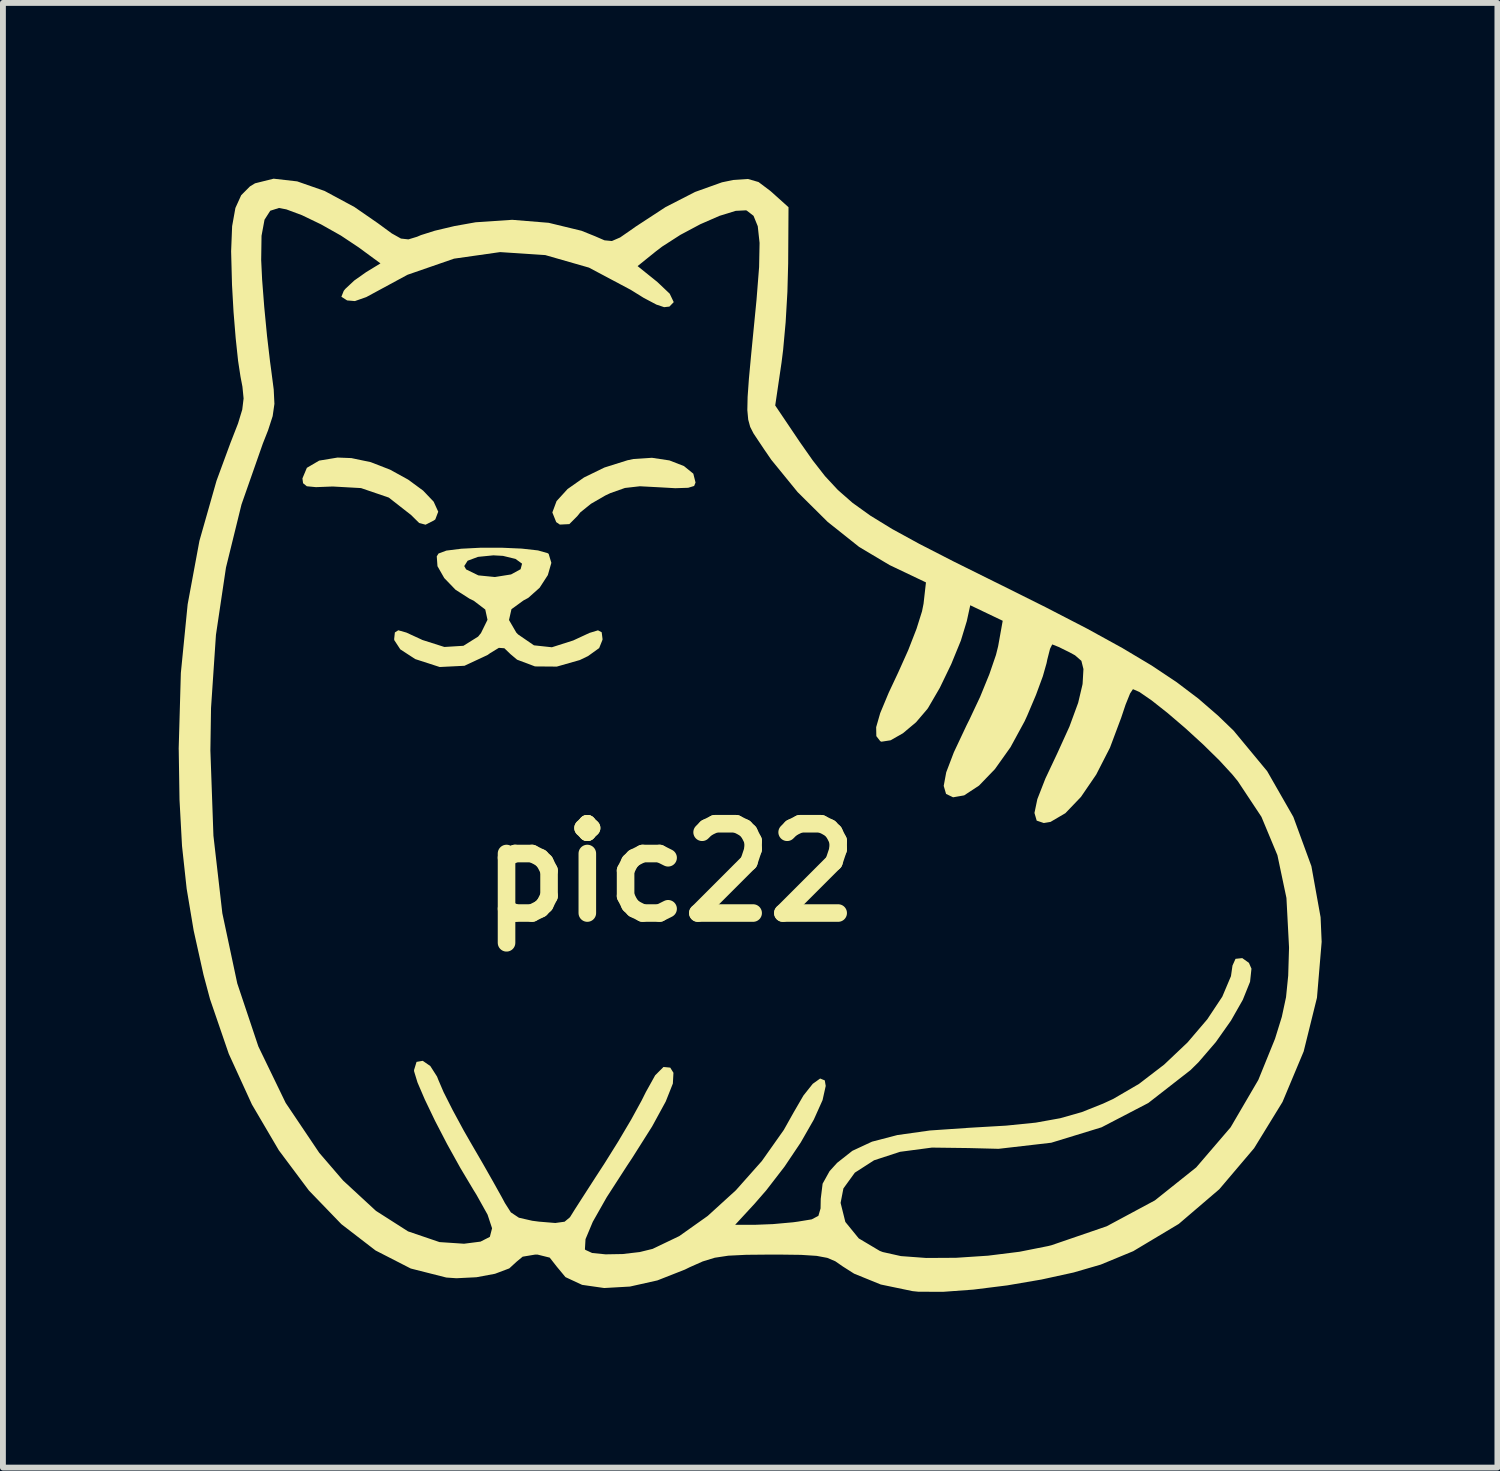
<source format=kicad_pcb>
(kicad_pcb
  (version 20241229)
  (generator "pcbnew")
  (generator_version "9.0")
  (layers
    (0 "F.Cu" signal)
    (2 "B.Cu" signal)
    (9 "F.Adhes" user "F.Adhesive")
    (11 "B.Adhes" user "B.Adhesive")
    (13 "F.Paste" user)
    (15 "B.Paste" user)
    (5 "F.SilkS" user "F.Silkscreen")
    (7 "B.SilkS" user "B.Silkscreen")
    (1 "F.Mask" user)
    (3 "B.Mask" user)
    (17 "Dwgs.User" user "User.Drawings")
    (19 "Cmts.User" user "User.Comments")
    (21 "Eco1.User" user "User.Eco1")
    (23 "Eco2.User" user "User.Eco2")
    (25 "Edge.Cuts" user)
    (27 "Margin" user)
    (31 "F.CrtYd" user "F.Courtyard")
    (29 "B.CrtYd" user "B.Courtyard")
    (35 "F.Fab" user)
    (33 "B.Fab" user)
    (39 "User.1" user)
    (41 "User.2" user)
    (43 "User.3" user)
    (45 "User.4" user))
  (footprint "pic22"
    (layer "F.Cu")
    (at 8.758 9.305)
    (property "Reference" "pic22" (at -0.368 2.54 0) (layer "F.SilkS") (effects (font (size 1.524 1.524) (thickness 0.3))))
    (attr board_only exclude_from_pos_files exclude_from_bom)
    (fp_poly (pts (xy -5.811 -4.536) (xy -5.481 -4.467) (xy -5.149 -4.338) (xy -4.842 -4.169) (xy -4.586 -3.981) (xy -4.406 -3.792) (xy -4.328 -3.621) (xy -4.378 -3.489) (xy -4.403 -3.471) (xy -4.544 -3.399) (xy -4.653 -3.428) (xy -4.792 -3.565) (xy -5.172 -3.862) (xy -5.646 -4.024) (xy -6.129 -4.051) (xy -6.415 -4.04) (xy -6.571 -4.055) (xy -6.635 -4.107) (xy -6.646 -4.189) (xy -6.57 -4.37) (xy -6.36 -4.493) (xy -6.046 -4.545)) (stroke (width 0) (type solid)) (fill yes) (layer "F.SilkS"))
    (fp_poly (pts (xy -0.381 -4.496) (xy -0.134 -4.4) (xy 0.026 -4.27) (xy 0.064 -4.119) (xy 0.04 -4.06) (xy -0.062 -4.029) (xy -0.282 -4.022) (xy -0.545 -4.037) (xy -0.886 -4.055) (xy -1.141 -4.026) (xy -1.39 -3.938) (xy -1.475 -3.898) (xy -1.719 -3.757) (xy -1.901 -3.611) (xy -1.952 -3.548) (xy -2.09 -3.409) (xy -2.252 -3.401) (xy -2.314 -3.443) (xy -2.38 -3.608) (xy -2.308 -3.802) (xy -2.12 -4.008) (xy -1.84 -4.205) (xy -1.491 -4.375) (xy -1.097 -4.499) (xy -0.996 -4.52) (xy -0.68 -4.541)) (stroke (width 0) (type solid)) (fill yes) (layer "F.SilkS"))
    (fp_poly (pts (xy -2.902 -2.991) (xy -2.625 -2.96) (xy -2.46 -2.913) (xy -2.443 -2.901) (xy -2.397 -2.748) (xy -2.457 -2.539) (xy -2.597 -2.323) (xy -2.791 -2.15) (xy -2.873 -2.106) (xy -3.078 -1.957) (xy -3.12 -1.772) (xy -2.995 -1.557) (xy -2.965 -1.526) (xy -2.694 -1.34) (xy -2.388 -1.307) (xy -2.024 -1.423) (xy -2.007 -1.431) (xy -1.746 -1.552) (xy -1.601 -1.596) (xy -1.538 -1.563) (xy -1.524 -1.453) (xy -1.524 -1.435) (xy -1.581 -1.293) (xy -1.77 -1.157) (xy -1.911 -1.089) (xy -2.304 -0.977) (xy -2.676 -0.98) (xy -2.982 -1.095) (xy -3.094 -1.189) (xy -3.199 -1.29) (xy -3.293 -1.297) (xy -3.441 -1.207) (xy -3.486 -1.175) (xy -3.88 -0.991) (xy -4.303 -0.97) (xy -4.72 -1.105) (xy -4.975 -1.271) (xy -5.078 -1.428) (xy -5.08 -1.448) (xy -5.068 -1.56) (xy -5.01 -1.597) (xy -4.872 -1.558) (xy -4.62 -1.442) (xy -4.6 -1.432) (xy -4.223 -1.312) (xy -3.898 -1.332) (xy -3.647 -1.489) (xy -3.598 -1.55) (xy -3.487 -1.776) (xy -3.525 -1.951) (xy -3.722 -2.101) (xy -3.792 -2.135) (xy -4.033 -2.289) (xy -4.225 -2.488) (xy -4.341 -2.691) (xy -4.341 -2.693) (xy -3.884 -2.693) (xy -3.852 -2.636) (xy -3.643 -2.534) (xy -3.361 -2.506) (xy -3.085 -2.55) (xy -2.922 -2.639) (xy -2.897 -2.734) (xy -3.009 -2.815) (xy -3.223 -2.867) (xy -3.387 -2.876) (xy -3.649 -2.85) (xy -3.826 -2.784) (xy -3.884 -2.693) (xy -4.341 -2.693) (xy -4.353 -2.859) (xy -4.323 -2.907) (xy -4.189 -2.957) (xy -3.933 -2.989) (xy -3.602 -3.006) (xy -3.243 -3.006)) (stroke (width 0) (type solid)) (fill yes) (layer "F.SilkS"))
    (fp_poly (pts (xy -6.735 -9.259) (xy -6.268 -9.096) (xy -5.759 -8.822) (xy -5.361 -8.547) (xy -5.121 -8.371) (xy -4.964 -8.283) (xy -4.837 -8.269) (xy -4.689 -8.314) (xy -4.623 -8.342) (xy -4.386 -8.417) (xy -4.053 -8.496) (xy -3.695 -8.56) (xy -3.69 -8.561) (xy -3.066 -8.603) (xy -2.443 -8.552) (xy -1.882 -8.416) (xy -1.654 -8.324) (xy -1.49 -8.253) (xy -1.364 -8.241) (xy -1.223 -8.302) (xy -1.012 -8.448) (xy -0.959 -8.486) (xy -0.448 -8.82) (xy 0.057 -9.079) (xy 0.515 -9.243) (xy 0.708 -9.283) (xy 0.959 -9.3) (xy 1.139 -9.248) (xy 1.336 -9.1) (xy 1.364 -9.076) (xy 1.651 -8.818) (xy 1.645 -7.859) (xy 1.632 -7.373) (xy 1.602 -6.855) (xy 1.559 -6.383) (xy 1.532 -6.167) (xy 1.424 -5.434) (xy 1.843 -4.812) (xy 2.064 -4.497) (xy 2.274 -4.228) (xy 2.494 -3.991) (xy 2.744 -3.772) (xy 3.046 -3.555) (xy 3.419 -3.326) (xy 3.885 -3.071) (xy 4.462 -2.775) (xy 5.173 -2.422) (xy 5.188 -2.415) (xy 6.037 -1.992) (xy 6.751 -1.623) (xy 7.349 -1.294) (xy 7.85 -0.995) (xy 8.276 -0.711) (xy 8.646 -0.431) (xy 8.98 -0.142) (xy 9.247 0.115) (xy 9.821 0.808) (xy 10.268 1.589) (xy 10.576 2.43) (xy 10.733 3.302) (xy 10.751 3.722) (xy 10.671 4.675) (xy 10.444 5.592) (xy 10.083 6.454) (xy 9.598 7.244) (xy 9.004 7.944) (xy 8.312 8.536) (xy 7.535 9.001) (xy 6.981 9.23) (xy 6.517 9.365) (xy 5.969 9.485) (xy 5.384 9.585) (xy 4.807 9.657) (xy 4.286 9.695) (xy 3.866 9.693) (xy 3.768 9.683) (xy 3.226 9.57) (xy 2.771 9.385) (xy 2.579 9.263) (xy 2.449 9.173) (xy 2.312 9.115) (xy 2.13 9.081) (xy 1.865 9.064) (xy 1.479 9.059) (xy 1.357 9.059) (xy 0.929 9.063) (xy 0.623 9.078) (xy 0.392 9.113) (xy 0.187 9.176) (xy -0.038 9.276) (xy -0.117 9.315) (xy -0.587 9.5) (xy -1.056 9.605) (xy -1.495 9.63) (xy -1.872 9.576) (xy -2.156 9.444) (xy -2.303 9.267) (xy -2.425 9.111) (xy -2.63 9.06) (xy -2.672 9.059) (xy -2.887 9.095) (xy -2.992 9.182) (xy -3.115 9.295) (xy -3.359 9.387) (xy -3.676 9.446) (xy -4.018 9.463) (xy -4.19 9.451) (xy -4.797 9.297) (xy -5.398 8.989) (xy -5.981 8.54) (xy -6.535 7.966) (xy -7.048 7.28) (xy -7.508 6.497) (xy -7.903 5.633) (xy -8.223 4.7) (xy -8.334 4.285) (xy -8.502 3.53) (xy -8.622 2.814) (xy -8.701 2.086) (xy -8.744 1.294) (xy -8.757 0.455) (xy -8.217 0.455) (xy -8.165 1.91) (xy -8.013 3.233) (xy -7.758 4.431) (xy -7.398 5.507) (xy -6.932 6.47) (xy -6.359 7.322) (xy -5.952 7.795) (xy -5.391 8.313) (xy -4.843 8.663) (xy -4.306 8.846) (xy -3.887 8.874) (xy -3.606 8.838) (xy -3.447 8.757) (xy -3.409 8.61) (xy -3.486 8.377) (xy -3.676 8.037) (xy -3.725 7.958) (xy -3.95 7.581) (xy -4.175 7.176) (xy -4.383 6.775) (xy -4.557 6.412) (xy -4.682 6.121) (xy -4.739 5.934) (xy -4.741 5.91) (xy -4.698 5.77) (xy -4.592 5.752) (xy -4.463 5.841) (xy -4.348 6.021) (xy -4.327 6.075) (xy -4.237 6.285) (xy -4.083 6.59) (xy -3.892 6.943) (xy -3.771 7.154) (xy -3.567 7.505) (xy -3.383 7.829) (xy -3.243 8.08) (xy -3.19 8.179) (xy -3.088 8.339) (xy -2.951 8.43) (xy -2.723 8.482) (xy -2.608 8.497) (xy -2.33 8.52) (xy -2.171 8.498) (xy -2.082 8.424) (xy -2.074 8.413) (xy -1.995 8.286) (xy -1.846 8.054) (xy -1.652 7.753) (xy -1.489 7.502) (xy -1.256 7.129) (xy -1.034 6.754) (xy -0.857 6.431) (xy -0.785 6.287) (xy -0.625 5.999) (xy -0.483 5.857) (xy -0.368 5.868) (xy -0.313 5.956) (xy -0.323 6.14) (xy -0.445 6.447) (xy -0.677 6.872) (xy -1.019 7.413) (xy -1.1 7.535) (xy -1.452 8.08) (xy -1.69 8.5) (xy -1.814 8.796) (xy -1.824 8.967) (xy -1.818 8.978) (xy -1.701 9.032) (xy -1.472 9.055) (xy -1.183 9.05) (xy -0.889 9.016) (xy -0.669 8.962) (xy -0.214 8.744) (xy 0.271 8.4) (xy 0.752 7.962) (xy 1.196 7.462) (xy 1.571 6.931) (xy 1.737 6.635) (xy 1.906 6.344) (xy 2.064 6.145) (xy 2.191 6.054) (xy 2.27 6.086) (xy 2.286 6.181) (xy 2.232 6.423) (xy 2.083 6.755) (xy 1.86 7.145) (xy 1.583 7.558) (xy 1.272 7.961) (xy 1.072 8.191) (xy 0.74 8.551) (xy 1.078 8.551) (xy 1.385 8.539) (xy 1.728 8.508) (xy 1.809 8.497) (xy 2.047 8.458) (xy 2.161 8.398) (xy 2.198 8.271) (xy 2.201 8.108) (xy 2.233 7.849) (xy 2.352 7.635) (xy 2.481 7.493) (xy 2.741 7.288) (xy 3.076 7.132) (xy 3.509 7.019) (xy 4.064 6.941) (xy 4.733 6.895) (xy 5.367 6.858) (xy 5.871 6.807) (xy 6.288 6.732) (xy 6.658 6.627) (xy 7.021 6.482) (xy 7.194 6.402) (xy 7.633 6.146) (xy 8.063 5.816) (xy 8.461 5.439) (xy 8.799 5.043) (xy 9.055 4.657) (xy 9.203 4.307) (xy 9.229 4.126) (xy 9.281 4.011) (xy 9.396 3.999) (xy 9.509 4.079) (xy 9.553 4.179) (xy 9.529 4.403) (xy 9.405 4.711) (xy 9.203 5.066) (xy 8.944 5.433) (xy 8.649 5.776) (xy 8.512 5.911) (xy 7.792 6.472) (xy 6.994 6.887) (xy 6.136 7.15) (xy 5.236 7.254) (xy 4.726 7.241) (xy 4.099 7.233) (xy 3.555 7.305) (xy 3.111 7.45) (xy 2.783 7.661) (xy 2.588 7.93) (xy 2.54 8.177) (xy 2.621 8.502) (xy 2.85 8.783) (xy 3.208 8.996) (xy 3.26 9.016) (xy 3.569 9.085) (xy 4.001 9.117) (xy 4.511 9.114) (xy 5.056 9.078) (xy 5.594 9.011) (xy 6.081 8.914) (xy 6.138 8.9) (xy 7.082 8.576) (xy 7.905 8.134) (xy 8.61 7.571) (xy 9.197 6.887) (xy 9.67 6.078) (xy 9.955 5.376) (xy 10.071 5.002) (xy 10.143 4.666) (xy 10.18 4.299) (xy 10.194 3.834) (xy 10.194 3.81) (xy 10.15 2.972) (xy 9.996 2.242) (xy 9.723 1.587) (xy 9.32 0.979) (xy 9.225 0.863) (xy 9.005 0.624) (xy 8.728 0.352) (xy 8.423 0.073) (xy 8.12 -0.186) (xy 7.849 -0.4) (xy 7.64 -0.544) (xy 7.53 -0.592) (xy 7.481 -0.518) (xy 7.404 -0.327) (xy 7.33 -0.106) (xy 7.138 0.407) (xy 6.903 0.866) (xy 6.643 1.247) (xy 6.377 1.525) (xy 6.123 1.674) (xy 6.008 1.693) (xy 5.887 1.652) (xy 5.849 1.521) (xy 5.898 1.286) (xy 6.035 0.935) (xy 6.237 0.507) (xy 6.446 0.047) (xy 6.595 -0.359) (xy 6.668 -0.668) (xy 6.671 -0.688) (xy 6.685 -0.935) (xy 6.65 -1.075) (xy 6.541 -1.17) (xy 6.449 -1.22) (xy 6.265 -1.311) (xy 6.157 -1.354) (xy 6.152 -1.355) (xy 6.115 -1.281) (xy 6.068 -1.097) (xy 6.056 -1.037) (xy 5.992 -0.812) (xy 5.875 -0.494) (xy 5.726 -0.142) (xy 5.68 -0.042) (xy 5.44 0.399) (xy 5.174 0.773) (xy 4.903 1.054) (xy 4.649 1.221) (xy 4.46 1.254) (xy 4.34 1.196) (xy 4.3 1.059) (xy 4.343 0.827) (xy 4.473 0.486) (xy 4.692 0.021) (xy 4.739 -0.073) (xy 4.922 -0.462) (xy 5.08 -0.849) (xy 5.192 -1.176) (xy 5.229 -1.324) (xy 5.307 -1.759) (xy 4.753 -2.024) (xy 4.694 -1.753) (xy 4.593 -1.421) (xy 4.428 -1.018) (xy 4.233 -0.614) (xy 4.038 -0.279) (xy 4.02 -0.252) (xy 3.828 -0.027) (xy 3.604 0.161) (xy 3.393 0.281) (xy 3.237 0.305) (xy 3.217 0.296) (xy 3.15 0.21) (xy 3.147 0.057) (xy 3.216 -0.183) (xy 3.361 -0.531) (xy 3.524 -0.878) (xy 3.694 -1.257) (xy 3.836 -1.622) (xy 3.93 -1.921) (xy 3.956 -2.051) (xy 3.997 -2.414) (xy 3.376 -2.71) (xy 2.857 -3.019) (xy 2.319 -3.447) (xy 1.806 -3.956) (xy 1.357 -4.507) (xy 1.233 -4.688) (xy 1.132 -4.839) (xy 1.053 -4.958) (xy 0.997 -5.068) (xy 0.963 -5.193) (xy 0.948 -5.356) (xy 0.953 -5.581) (xy 0.975 -5.891) (xy 1.014 -6.31) (xy 1.068 -6.861) (xy 1.105 -7.239) (xy 1.149 -7.797) (xy 1.157 -8.209) (xy 1.126 -8.494) (xy 1.054 -8.671) (xy 0.939 -8.76) (xy 0.925 -8.765) (xy 0.749 -8.756) (xy 0.474 -8.671) (xy 0.146 -8.528) (xy -0.195 -8.346) (xy -0.506 -8.146) (xy -0.611 -8.066) (xy -0.925 -7.813) (xy -0.588 -7.542) (xy -0.377 -7.342) (xy -0.308 -7.198) (xy -0.382 -7.122) (xy -0.472 -7.112) (xy -0.604 -7.156) (xy -0.823 -7.272) (xy -1.042 -7.408) (xy -1.755 -7.787) (xy -2.501 -8.001) (xy -3.272 -8.052) (xy -4.058 -7.94) (xy -4.852 -7.665) (xy -5.556 -7.284) (xy -5.75 -7.216) (xy -5.883 -7.227) (xy -5.981 -7.29) (xy -5.941 -7.39) (xy -5.915 -7.423) (xy -5.761 -7.567) (xy -5.557 -7.711) (xy -5.314 -7.859) (xy -5.684 -8.131) (xy -5.989 -8.334) (xy -6.328 -8.525) (xy -6.654 -8.682) (xy -6.92 -8.781) (xy -7.046 -8.805) (xy -7.195 -8.758) (xy -7.293 -8.605) (xy -7.344 -8.33) (xy -7.35 -7.917) (xy -7.334 -7.583) (xy -7.298 -7.118) (xy -7.25 -6.621) (xy -7.198 -6.178) (xy -7.181 -6.053) (xy -7.136 -5.707) (xy -7.124 -5.462) (xy -7.154 -5.252) (xy -7.232 -5.011) (xy -7.322 -4.783) (xy -7.686 -3.744) (xy -7.951 -2.667) (xy -8.122 -1.519) (xy -8.206 -0.27) (xy -8.217 0.455) (xy -8.757 0.455) (xy -8.758 0.423) (xy -8.721 -0.869) (xy -8.605 -2.04) (xy -8.404 -3.124) (xy -8.112 -4.15) (xy -7.876 -4.791) (xy -7.745 -5.127) (xy -7.673 -5.364) (xy -7.65 -5.554) (xy -7.67 -5.755) (xy -7.703 -5.927) (xy -7.744 -6.195) (xy -7.785 -6.581) (xy -7.822 -7.033) (xy -7.848 -7.495) (xy -7.863 -8.066) (xy -7.846 -8.494) (xy -7.79 -8.805) (xy -7.691 -9.023) (xy -7.542 -9.173) (xy -7.455 -9.226) (xy -7.138 -9.305)) (stroke (width 0) (type solid)) (fill yes) (layer "F.SilkS")))
  (gr_rect
    (start -3 -3)
    (end 22.509 22)
    (stroke (width 0.1) (type default))
    (fill no)
    (layer "Edge.Cuts")))
</source>
